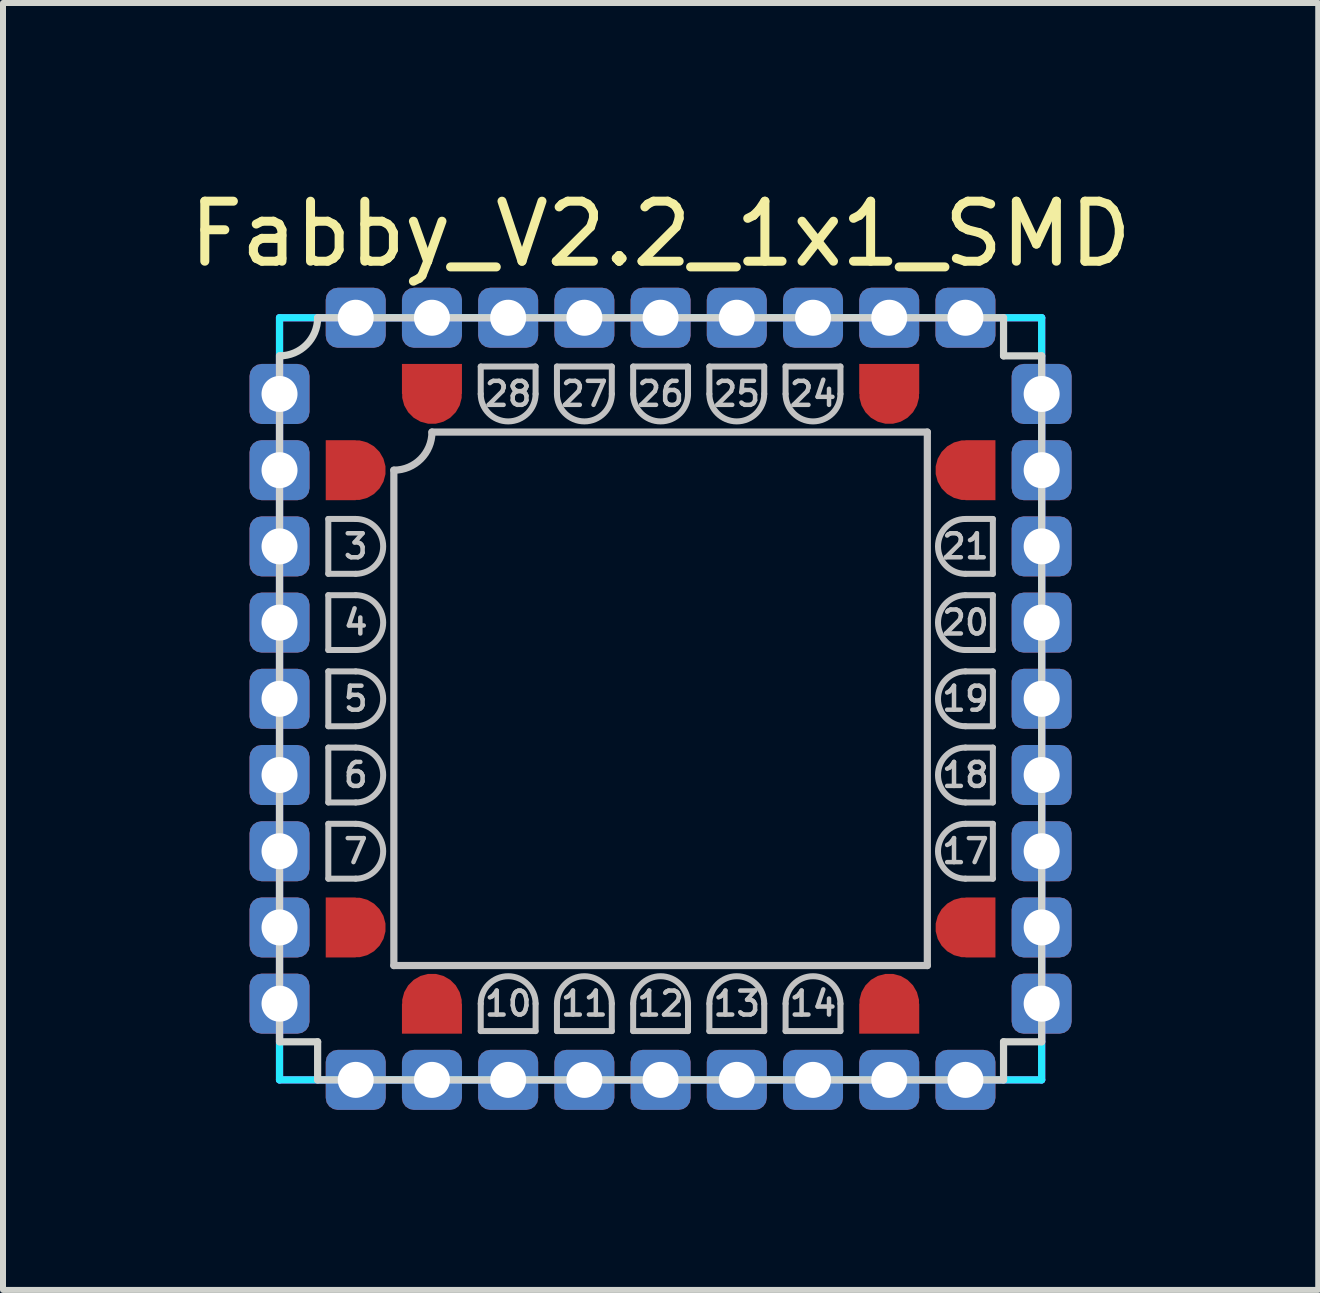
<source format=kicad_pcb>
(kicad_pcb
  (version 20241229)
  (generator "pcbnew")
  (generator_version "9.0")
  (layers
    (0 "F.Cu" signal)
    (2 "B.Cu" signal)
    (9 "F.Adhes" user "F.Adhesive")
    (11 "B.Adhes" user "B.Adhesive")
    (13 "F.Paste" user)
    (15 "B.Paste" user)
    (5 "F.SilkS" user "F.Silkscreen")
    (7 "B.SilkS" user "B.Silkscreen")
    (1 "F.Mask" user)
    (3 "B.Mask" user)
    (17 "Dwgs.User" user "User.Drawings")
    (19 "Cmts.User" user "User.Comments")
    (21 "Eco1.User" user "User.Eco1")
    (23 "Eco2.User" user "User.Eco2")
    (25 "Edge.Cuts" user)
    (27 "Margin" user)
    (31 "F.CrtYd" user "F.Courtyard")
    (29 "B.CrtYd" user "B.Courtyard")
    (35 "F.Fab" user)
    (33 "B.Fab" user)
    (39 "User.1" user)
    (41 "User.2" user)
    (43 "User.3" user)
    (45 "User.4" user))
  (footprint "Fabby_V2.2_1x1_SMD"
    (layer "F.Cu")
    (at 7.958 8.595)
    (property "Reference" "Fabby_V2.2_1x1_SMD" (at 0 -7.747 0) (layer "F.SilkS") (effects (font (size 1 1) (thickness 0.15))))
    (attr through_hole)
    (fp_line (start -5.537 -2.997) (end -5.08 -2.997) (stroke (width 0.1) (type solid)) (layer "Dwgs.User"))
    (fp_line (start -5.537 -2.083) (end -5.537 -2.997) (stroke (width 0.1) (type solid)) (layer "Dwgs.User"))
    (fp_line (start -5.537 -1.727) (end -5.08 -1.727) (stroke (width 0.1) (type solid)) (layer "Dwgs.User"))
    (fp_line (start -5.537 -0.813) (end -5.537 -1.727) (stroke (width 0.1) (type solid)) (layer "Dwgs.User"))
    (fp_line (start -5.537 -0.457) (end -5.08 -0.457) (stroke (width 0.1) (type solid)) (layer "Dwgs.User"))
    (fp_line (start -5.537 0.457) (end -5.537 -0.457) (stroke (width 0.1) (type solid)) (layer "Dwgs.User"))
    (fp_line (start -5.537 0.813) (end -5.08 0.813) (stroke (width 0.1) (type solid)) (layer "Dwgs.User"))
    (fp_line (start -5.537 1.727) (end -5.537 0.813) (stroke (width 0.1) (type solid)) (layer "Dwgs.User"))
    (fp_line (start -5.537 2.083) (end -5.08 2.083) (stroke (width 0.1) (type solid)) (layer "Dwgs.User"))
    (fp_line (start -5.537 2.997) (end -5.537 2.083) (stroke (width 0.1) (type solid)) (layer "Dwgs.User"))
    (fp_line (start -5.08 -2.083) (end -5.537 -2.083) (stroke (width 0.1) (type solid)) (layer "Dwgs.User"))
    (fp_line (start -5.08 -0.813) (end -5.537 -0.813) (stroke (width 0.1) (type solid)) (layer "Dwgs.User"))
    (fp_line (start -5.08 0.457) (end -5.537 0.457) (stroke (width 0.1) (type solid)) (layer "Dwgs.User"))
    (fp_line (start -5.08 1.727) (end -5.537 1.727) (stroke (width 0.1) (type solid)) (layer "Dwgs.User"))
    (fp_line (start -5.08 2.997) (end -5.537 2.997) (stroke (width 0.1) (type solid)) (layer "Dwgs.User"))
    (fp_line (start -4.445 4.445) (end -4.445 -3.81) (stroke (width 0.12) (type solid)) (layer "Dwgs.User"))
    (fp_line (start -3.81 -4.445) (end 4.445 -4.445) (stroke (width 0.12) (type solid)) (layer "Dwgs.User"))
    (fp_line (start -2.997 -5.537) (end -2.083 -5.537) (stroke (width 0.1) (type solid)) (layer "Dwgs.User"))
    (fp_line (start -2.997 -5.08) (end -2.997 -5.537) (stroke (width 0.1) (type solid)) (layer "Dwgs.User"))
    (fp_line (start -2.997 5.537) (end -2.997 5.08) (stroke (width 0.1) (type solid)) (layer "Dwgs.User"))
    (fp_line (start -2.083 -5.537) (end -2.083 -5.08) (stroke (width 0.1) (type solid)) (layer "Dwgs.User"))
    (fp_line (start -2.083 5.08) (end -2.083 5.537) (stroke (width 0.1) (type solid)) (layer "Dwgs.User"))
    (fp_line (start -2.083 5.537) (end -2.997 5.537) (stroke (width 0.1) (type solid)) (layer "Dwgs.User"))
    (fp_line (start -1.727 -5.537) (end -0.813 -5.537) (stroke (width 0.1) (type solid)) (layer "Dwgs.User"))
    (fp_line (start -1.727 -5.08) (end -1.727 -5.537) (stroke (width 0.1) (type solid)) (layer "Dwgs.User"))
    (fp_line (start -1.727 5.537) (end -1.727 5.08) (stroke (width 0.1) (type solid)) (layer "Dwgs.User"))
    (fp_line (start -0.813 -5.537) (end -0.813 -5.08) (stroke (width 0.1) (type solid)) (layer "Dwgs.User"))
    (fp_line (start -0.813 5.08) (end -0.813 5.537) (stroke (width 0.1) (type solid)) (layer "Dwgs.User"))
    (fp_line (start -0.813 5.537) (end -1.727 5.537) (stroke (width 0.1) (type solid)) (layer "Dwgs.User"))
    (fp_line (start -0.457 -5.537) (end 0.457 -5.537) (stroke (width 0.1) (type solid)) (layer "Dwgs.User"))
    (fp_line (start -0.457 -5.08) (end -0.457 -5.537) (stroke (width 0.1) (type solid)) (layer "Dwgs.User"))
    (fp_line (start -0.457 5.537) (end -0.457 5.08) (stroke (width 0.1) (type solid)) (layer "Dwgs.User"))
    (fp_line (start 0.457 -5.537) (end 0.457 -5.08) (stroke (width 0.1) (type solid)) (layer "Dwgs.User"))
    (fp_line (start 0.457 5.08) (end 0.457 5.537) (stroke (width 0.1) (type solid)) (layer "Dwgs.User"))
    (fp_line (start 0.457 5.537) (end -0.457 5.537) (stroke (width 0.1) (type solid)) (layer "Dwgs.User"))
    (fp_line (start 0.813 -5.537) (end 1.727 -5.537) (stroke (width 0.1) (type solid)) (layer "Dwgs.User"))
    (fp_line (start 0.813 -5.08) (end 0.813 -5.537) (stroke (width 0.1) (type solid)) (layer "Dwgs.User"))
    (fp_line (start 0.813 5.537) (end 0.813 5.08) (stroke (width 0.1) (type solid)) (layer "Dwgs.User"))
    (fp_line (start 1.727 -5.537) (end 1.727 -5.08) (stroke (width 0.1) (type solid)) (layer "Dwgs.User"))
    (fp_line (start 1.727 5.08) (end 1.727 5.537) (stroke (width 0.1) (type solid)) (layer "Dwgs.User"))
    (fp_line (start 1.727 5.537) (end 0.813 5.537) (stroke (width 0.1) (type solid)) (layer "Dwgs.User"))
    (fp_line (start 2.083 -5.537) (end 2.997 -5.537) (stroke (width 0.1) (type solid)) (layer "Dwgs.User"))
    (fp_line (start 2.083 -5.08) (end 2.083 -5.537) (stroke (width 0.1) (type solid)) (layer "Dwgs.User"))
    (fp_line (start 2.083 5.537) (end 2.083 5.08) (stroke (width 0.1) (type solid)) (layer "Dwgs.User"))
    (fp_line (start 2.997 -5.537) (end 2.997 -5.08) (stroke (width 0.1) (type solid)) (layer "Dwgs.User"))
    (fp_line (start 2.997 5.08) (end 2.997 5.537) (stroke (width 0.1) (type solid)) (layer "Dwgs.User"))
    (fp_line (start 2.997 5.537) (end 2.083 5.537) (stroke (width 0.1) (type solid)) (layer "Dwgs.User"))
    (fp_line (start 4.445 -4.445) (end 4.445 4.445) (stroke (width 0.12) (type solid)) (layer "Dwgs.User"))
    (fp_line (start 4.445 4.445) (end -4.445 4.445) (stroke (width 0.12) (type solid)) (layer "Dwgs.User"))
    (fp_line (start 5.08 -2.997) (end 5.537 -2.997) (stroke (width 0.1) (type solid)) (layer "Dwgs.User"))
    (fp_line (start 5.08 -1.727) (end 5.537 -1.727) (stroke (width 0.1) (type solid)) (layer "Dwgs.User"))
    (fp_line (start 5.08 -0.457) (end 5.537 -0.457) (stroke (width 0.1) (type solid)) (layer "Dwgs.User"))
    (fp_line (start 5.08 0.813) (end 5.537 0.813) (stroke (width 0.1) (type solid)) (layer "Dwgs.User"))
    (fp_line (start 5.08 2.083) (end 5.537 2.083) (stroke (width 0.1) (type solid)) (layer "Dwgs.User"))
    (fp_line (start 5.537 -2.997) (end 5.537 -2.083) (stroke (width 0.1) (type solid)) (layer "Dwgs.User"))
    (fp_line (start 5.537 -2.083) (end 5.08 -2.083) (stroke (width 0.1) (type solid)) (layer "Dwgs.User"))
    (fp_line (start 5.537 -1.727) (end 5.537 -0.813) (stroke (width 0.1) (type solid)) (layer "Dwgs.User"))
    (fp_line (start 5.537 -0.813) (end 5.08 -0.813) (stroke (width 0.1) (type solid)) (layer "Dwgs.User"))
    (fp_line (start 5.537 -0.457) (end 5.537 0.457) (stroke (width 0.1) (type solid)) (layer "Dwgs.User"))
    (fp_line (start 5.537 0.457) (end 5.08 0.457) (stroke (width 0.1) (type solid)) (layer "Dwgs.User"))
    (fp_line (start 5.537 0.813) (end 5.537 1.727) (stroke (width 0.1) (type solid)) (layer "Dwgs.User"))
    (fp_line (start 5.537 1.727) (end 5.08 1.727) (stroke (width 0.1) (type solid)) (layer "Dwgs.User"))
    (fp_line (start 5.537 2.083) (end 5.537 2.997) (stroke (width 0.1) (type solid)) (layer "Dwgs.User"))
    (fp_line (start 5.537 2.997) (end 5.08 2.997) (stroke (width 0.1) (type solid)) (layer "Dwgs.User"))
    (fp_arc (start -5.08 -2.9972) (mid -4.6228 -2.54) (end -5.08 -2.0828) (stroke (width 0.1) (type solid)) (layer "Dwgs.User"))
    (fp_arc (start -5.08 -1.7272) (mid -4.6228 -1.27) (end -5.08 -0.8128) (stroke (width 0.1) (type solid)) (layer "Dwgs.User"))
    (fp_arc (start -5.08 -0.4572) (mid -4.6228 0) (end -5.08 0.4572) (stroke (width 0.1) (type solid)) (layer "Dwgs.User"))
    (fp_arc (start -5.08 0.8128) (mid -4.6228 1.27) (end -5.08 1.7272) (stroke (width 0.1) (type solid)) (layer "Dwgs.User"))
    (fp_arc (start -5.08 2.0828) (mid -4.6228 2.54) (end -5.08 2.9972) (stroke (width 0.1) (type solid)) (layer "Dwgs.User"))
    (fp_arc (start -3.81 -4.445) (mid -3.995987 -3.995987) (end -4.445 -3.81) (stroke (width 0.12) (type solid)) (layer "Dwgs.User"))
    (fp_arc (start -2.9972 5.08) (mid -2.54 4.6228) (end -2.0828 5.08) (stroke (width 0.1) (type solid)) (layer "Dwgs.User"))
    (fp_arc (start -2.0828 -5.08) (mid -2.54 -4.6228) (end -2.9972 -5.08) (stroke (width 0.1) (type solid)) (layer "Dwgs.User"))
    (fp_arc (start -1.7272 5.08) (mid -1.27 4.6228) (end -0.8128 5.08) (stroke (width 0.1) (type solid)) (layer "Dwgs.User"))
    (fp_arc (start -0.8128 -5.08) (mid -1.27 -4.6228) (end -1.7272 -5.08) (stroke (width 0.1) (type solid)) (layer "Dwgs.User"))
    (fp_arc (start -0.4572 5.08) (mid 0 4.6228) (end 0.4572 5.08) (stroke (width 0.1) (type solid)) (layer "Dwgs.User"))
    (fp_arc (start 0.4572 -5.08) (mid 0 -4.6228) (end -0.4572 -5.08) (stroke (width 0.1) (type solid)) (layer "Dwgs.User"))
    (fp_arc (start 0.8128 5.08) (mid 1.27 4.6228) (end 1.7272 5.08) (stroke (width 0.1) (type solid)) (layer "Dwgs.User"))
    (fp_arc (start 1.7272 -5.08) (mid 1.27 -4.6228) (end 0.8128 -5.08) (stroke (width 0.1) (type solid)) (layer "Dwgs.User"))
    (fp_arc (start 2.0828 5.08) (mid 2.54 4.6228) (end 2.9972 5.08) (stroke (width 0.1) (type solid)) (layer "Dwgs.User"))
    (fp_arc (start 2.9972 -5.08) (mid 2.54 -4.6228) (end 2.0828 -5.08) (stroke (width 0.1) (type solid)) (layer "Dwgs.User"))
    (fp_arc (start 5.08 -2.0828) (mid 4.6228 -2.54) (end 5.08 -2.9972) (stroke (width 0.1) (type solid)) (layer "Dwgs.User"))
    (fp_arc (start 5.08 -0.8128) (mid 4.6228 -1.27) (end 5.08 -1.7272) (stroke (width 0.1) (type solid)) (layer "Dwgs.User"))
    (fp_arc (start 5.08 0.4572) (mid 4.6228 0) (end 5.08 -0.4572) (stroke (width 0.1) (type solid)) (layer "Dwgs.User"))
    (fp_arc (start 5.08 1.7272) (mid 4.6228 1.27) (end 5.08 0.8128) (stroke (width 0.1) (type solid)) (layer "Dwgs.User"))
    (fp_arc (start 5.08 2.9972) (mid 4.6228 2.54) (end 5.08 2.0828) (stroke (width 0.1) (type solid)) (layer "Dwgs.User"))
    (fp_line (start -6.35 -5.715) (end -6.35 5.715) (stroke (width 0.12) (type solid)) (layer "Edge.Cuts"))
    (fp_line (start -6.35 5.715) (end -5.715 5.715) (stroke (width 0.12) (type solid)) (layer "Edge.Cuts"))
    (fp_line (start -5.715 -6.35) (end 5.715 -6.35) (stroke (width 0.12) (type solid)) (layer "Edge.Cuts"))
    (fp_line (start -5.715 5.715) (end -5.715 6.35) (stroke (width 0.12) (type solid)) (layer "Edge.Cuts"))
    (fp_line (start -5.715 6.35) (end 5.715 6.35) (stroke (width 0.12) (type solid)) (layer "Edge.Cuts"))
    (fp_line (start 5.715 -6.35) (end 5.715 -5.715) (stroke (width 0.12) (type solid)) (layer "Edge.Cuts"))
    (fp_line (start 5.715 -5.715) (end 6.35 -5.715) (stroke (width 0.12) (type solid)) (layer "Edge.Cuts"))
    (fp_line (start 5.715 5.715) (end 6.35 5.715) (stroke (width 0.12) (type solid)) (layer "Edge.Cuts"))
    (fp_line (start 5.715 6.35) (end 5.715 5.715) (stroke (width 0.12) (type solid)) (layer "Edge.Cuts"))
    (fp_line (start 6.35 -5.715) (end 6.35 5.715) (stroke (width 0.12) (type solid)) (layer "Edge.Cuts"))
    (fp_arc (start -5.715 -6.35) (mid -5.900987 -5.900987) (end -6.35 -5.715) (stroke (width 0.12) (type solid)) (layer "Edge.Cuts"))
    (fp_line (start -6.35 -6.35) (end 6.35 -6.35) (stroke (width 0.12) (type solid)) (layer "B.CrtYd"))
    (fp_line (start -6.35 6.35) (end -6.35 -6.35) (stroke (width 0.12) (type solid)) (layer "B.CrtYd"))
    (fp_line (start 6.35 -6.35) (end 6.35 6.35) (stroke (width 0.12) (type solid)) (layer "B.CrtYd"))
    (fp_line (start 6.35 6.35) (end -6.35 6.35) (stroke (width 0.12) (type solid)) (layer "B.CrtYd"))
    (fp_line (start -6.35 -6.35) (end 6.35 -6.35) (stroke (width 0.12) (type solid)) (layer "F.CrtYd"))
    (fp_line (start -6.35 6.35) (end -6.35 -6.35) (stroke (width 0.12) (type solid)) (layer "F.CrtYd"))
    (fp_line (start 6.35 -6.35) (end 6.35 6.35) (stroke (width 0.12) (type solid)) (layer "F.CrtYd"))
    (fp_line (start 6.35 6.35) (end -6.35 6.35) (stroke (width 0.12) (type solid)) (layer "F.CrtYd"))
    (fp_text user "20" (at 5.08 -1.27 180) (layer "Dwgs.User") (effects (font (size 0.4 0.4) (thickness 0.075))))
    (fp_text user "27" (at -1.27 -5.08 0) (layer "Dwgs.User") (effects (font (size 0.4 0.4) (thickness 0.075))))
    (fp_text user "26" (at 0 -5.08 0) (layer "Dwgs.User") (effects (font (size 0.4 0.4) (thickness 0.075))))
    (fp_text user "24" (at 2.54 -5.08 0) (layer "Dwgs.User") (effects (font (size 0.4 0.4) (thickness 0.075))))
    (fp_text user "4" (at -5.08 -1.27 0) (layer "Dwgs.User") (effects (font (size 0.4 0.4) (thickness 0.075))))
    (fp_text user "6" (at -5.08 1.27 0) (layer "Dwgs.User") (effects (font (size 0.4 0.4) (thickness 0.075))))
    (fp_text user "14" (at 2.54 5.08 180) (layer "Dwgs.User") (effects (font (size 0.4 0.4) (thickness 0.075))))
    (fp_text user "12" (at 0 5.08 180) (layer "Dwgs.User") (effects (font (size 0.4 0.4) (thickness 0.075))))
    (fp_text user "17" (at 5.08 2.54 180) (layer "Dwgs.User") (effects (font (size 0.4 0.4) (thickness 0.075))))
    (fp_text user "10" (at -2.54 5.08 180) (layer "Dwgs.User") (effects (font (size 0.4 0.4) (thickness 0.075))))
    (fp_text user "25" (at 1.27 -5.08 0) (layer "Dwgs.User") (effects (font (size 0.4 0.4) (thickness 0.075))))
    (fp_text user "3" (at -5.08 -2.54 0) (layer "Dwgs.User") (effects (font (size 0.4 0.4) (thickness 0.075))))
    (fp_text user "28" (at -2.54 -5.08 0) (layer "Dwgs.User") (effects (font (size 0.4 0.4) (thickness 0.075))))
    (fp_text user "13" (at 1.27 5.08 180) (layer "Dwgs.User") (effects (font (size 0.4 0.4) (thickness 0.075))))
    (fp_text user "19" (at 5.08 0 180) (layer "Dwgs.User") (effects (font (size 0.4 0.4) (thickness 0.075))))
    (fp_text user "18" (at 5.08 1.27 180) (layer "Dwgs.User") (effects (font (size 0.4 0.4) (thickness 0.075))))
    (fp_text user "5" (at -5.08 0 0) (layer "Dwgs.User") (effects (font (size 0.4 0.4) (thickness 0.075))))
    (fp_text user "7" (at -5.08 2.54 0) (layer "Dwgs.User") (effects (font (size 0.4 0.4) (thickness 0.075))))
    (fp_text user "21" (at 5.08 -2.54 180) (layer "Dwgs.User") (effects (font (size 0.4 0.4) (thickness 0.075))))
    (fp_text user "11" (at -1.27 5.08 180) (layer "Dwgs.User") (effects (font (size 0.4 0.4) (thickness 0.075))))
    (pad "" thru_hole roundrect (at -6.35 -3.81 270) (size 1 1) (drill 0.6) (layers "*.Cu" "*.Mask") (roundrect_rratio 0.2))
    (pad "" thru_hole roundrect (at -6.35 3.81 270) (size 1 1) (drill 0.6) (layers "*.Cu" "*.Mask") (roundrect_rratio 0.2))
    (pad "" thru_hole roundrect (at -3.81 -6.35 270) (size 1 1) (drill 0.6) (layers "*.Cu" "*.Mask") (roundrect_rratio 0.2))
    (pad "" thru_hole roundrect (at -3.81 6.35 270) (size 1 1) (drill 0.6) (layers "*.Cu" "*.Mask") (roundrect_rratio 0.2))
    (pad "" thru_hole roundrect (at 3.81 -6.35 270) (size 1 1) (drill 0.6) (layers "*.Cu" "*.Mask") (roundrect_rratio 0.2))
    (pad "" thru_hole roundrect (at 3.81 6.35 270) (size 1 1) (drill 0.6) (layers "*.Cu" "*.Mask") (roundrect_rratio 0.2))
    (pad "" thru_hole roundrect (at 6.35 -3.81 270) (size 1 1) (drill 0.6) (layers "*.Cu" "*.Mask") (roundrect_rratio 0.2))
    (pad "" thru_hole roundrect (at 6.35 3.81 270) (size 1 1) (drill 0.6) (layers "*.Cu" "*.Mask") (roundrect_rratio 0.2))
    (pad "1" thru_hole roundrect (at -6.35 -5.08 270) (size 1 1) (drill 0.6) (layers "*.Cu" "*.Mask") (roundrect_rratio 0.2))
    (pad "1" thru_hole roundrect (at -6.35 5.08 270) (size 1 1) (drill 0.6) (layers "*.Cu" "*.Mask") (roundrect_rratio 0.2))
    (pad "1" thru_hole roundrect (at -5.08 -6.35 270) (size 1 1) (drill 0.6) (layers "*.Cu" "*.Mask") (roundrect_rratio 0.2))
    (pad "1" thru_hole roundrect (at -5.08 6.35 270) (size 1 1) (drill 0.6) (layers "*.Cu" "*.Mask") (roundrect_rratio 0.2))
    (pad "1" thru_hole roundrect (at 5.08 -6.35 270) (size 1 1) (drill 0.6) (layers "*.Cu" "*.Mask") (roundrect_rratio 0.2))
    (pad "1" thru_hole roundrect (at 5.08 6.35 270) (size 1 1) (drill 0.6) (layers "*.Cu" "*.Mask") (roundrect_rratio 0.2))
    (pad "1" thru_hole roundrect (at 6.35 -5.08 270) (size 1 1) (drill 0.6) (layers "*.Cu" "*.Mask") (roundrect_rratio 0.2))
    (pad "1" thru_hole roundrect (at 6.35 5.08 270) (size 1 1) (drill 0.6) (layers "*.Cu" "*.Mask") (roundrect_rratio 0.2))
    (pad "2" smd custom (at -5.08 -3.81) (size 1 1) (layers "F.Cu" "F.Mask" "F.Paste") (options (anchor circle)) (primitives (gr_poly (pts (xy -0.5 -0.5) (xy 0 -0.5) (xy 0 0.5) (xy -0.5 0.5)) (width 0) (fill yes))))
    (pad "3" thru_hole roundrect (at -6.35 -2.54 270) (size 1 1) (drill 0.6) (layers "*.Cu" "*.Mask") (roundrect_rratio 0.2))
    (pad "4" thru_hole roundrect (at -6.35 -1.27 270) (size 1 1) (drill 0.6) (layers "*.Cu" "*.Mask") (roundrect_rratio 0.2))
    (pad "5" thru_hole roundrect (at -6.35 0 270) (size 1 1) (drill 0.6) (layers "*.Cu" "*.Mask") (roundrect_rratio 0.2))
    (pad "6" thru_hole roundrect (at -6.35 1.27 270) (size 1 1) (drill 0.6) (layers "*.Cu" "*.Mask") (roundrect_rratio 0.2))
    (pad "7" thru_hole roundrect (at -6.35 2.54 270) (size 1 1) (drill 0.6) (layers "*.Cu" "*.Mask") (roundrect_rratio 0.2))
    (pad "8" smd custom (at -5.08 3.81) (size 1 1) (layers "F.Cu" "F.Mask" "F.Paste") (options (anchor circle)) (primitives (gr_poly (pts (xy -0.5 -0.5) (xy 0 -0.5) (xy 0 0.5) (xy -0.5 0.5)) (width 0) (fill yes))))
    (pad "9" smd custom (at -3.81 5.08 90) (size 1 1) (layers "F.Cu" "F.Mask" "F.Paste") (options (anchor circle)) (primitives (gr_poly (pts (xy -0.5 -0.5) (xy 0 -0.5) (xy 0 0.5) (xy -0.5 0.5)) (width 0) (fill yes))))
    (pad "10" thru_hole roundrect (at -2.54 6.35 270) (size 1 1) (drill 0.6) (layers "*.Cu" "*.Mask") (roundrect_rratio 0.2))
    (pad "11" thru_hole roundrect (at -1.27 6.35 270) (size 1 1) (drill 0.6) (layers "*.Cu" "*.Mask") (roundrect_rratio 0.2))
    (pad "12" thru_hole roundrect (at 0 6.35 270) (size 1 1) (drill 0.6) (layers "*.Cu" "*.Mask") (roundrect_rratio 0.2))
    (pad "13" thru_hole roundrect (at 1.27 6.35 270) (size 1 1) (drill 0.6) (layers "*.Cu" "*.Mask") (roundrect_rratio 0.2))
    (pad "14" thru_hole roundrect (at 2.54 6.35 270) (size 1 1) (drill 0.6) (layers "*.Cu" "*.Mask") (roundrect_rratio 0.2))
    (pad "15" smd custom (at 3.81 5.08 90) (size 1 1) (layers "F.Cu" "F.Mask" "F.Paste") (options (anchor circle)) (primitives (gr_poly (pts (xy -0.5 -0.5) (xy 0 -0.5) (xy 0 0.5) (xy -0.5 0.5)) (width 0) (fill yes))))
    (pad "16" smd custom (at 5.08 3.81 180) (size 1 1) (layers "F.Cu" "F.Mask" "F.Paste") (options (anchor circle)) (primitives (gr_poly (pts (xy -0.5 -0.5) (xy 0 -0.5) (xy 0 0.5) (xy -0.5 0.5)) (width 0) (fill yes))))
    (pad "17" thru_hole roundrect (at 6.35 2.54 270) (size 1 1) (drill 0.6) (layers "*.Cu" "*.Mask") (roundrect_rratio 0.2))
    (pad "18" thru_hole roundrect (at 6.35 1.27 270) (size 1 1) (drill 0.6) (layers "*.Cu" "*.Mask") (roundrect_rratio 0.2))
    (pad "19" thru_hole roundrect (at 6.35 0 270) (size 1 1) (drill 0.6) (layers "*.Cu" "*.Mask") (roundrect_rratio 0.2))
    (pad "20" thru_hole roundrect (at 6.35 -1.27 270) (size 1 1) (drill 0.6) (layers "*.Cu" "*.Mask") (roundrect_rratio 0.2))
    (pad "21" thru_hole roundrect (at 6.35 -2.54 270) (size 1 1) (drill 0.6) (layers "*.Cu" "*.Mask") (roundrect_rratio 0.2))
    (pad "22" smd custom (at 5.08 -3.81 180) (size 1 1) (layers "F.Cu" "F.Mask" "F.Paste") (options (anchor circle)) (primitives (gr_poly (pts (xy -0.5 -0.5) (xy 0 -0.5) (xy 0 0.5) (xy -0.5 0.5)) (width 0) (fill yes))))
    (pad "23" smd custom (at 3.81 -5.08 270) (size 1 1) (layers "F.Cu" "F.Mask" "F.Paste") (options (anchor circle)) (primitives (gr_poly (pts (xy -0.5 -0.5) (xy 0 -0.5) (xy 0 0.5) (xy -0.5 0.5)) (width 0) (fill yes))))
    (pad "24" thru_hole roundrect (at 2.54 -6.35 270) (size 1 1) (drill 0.6) (layers "*.Cu" "*.Mask") (roundrect_rratio 0.2))
    (pad "25" thru_hole roundrect (at 1.27 -6.35 270) (size 1 1) (drill 0.6) (layers "*.Cu" "*.Mask") (roundrect_rratio 0.2))
    (pad "26" thru_hole roundrect (at 0 -6.35 270) (size 1 1) (drill 0.6) (layers "*.Cu" "*.Mask") (roundrect_rratio 0.2))
    (pad "27" thru_hole roundrect (at -1.27 -6.35 270) (size 1 1) (drill 0.6) (layers "*.Cu" "*.Mask") (roundrect_rratio 0.2))
    (pad "28" thru_hole roundrect (at -2.54 -6.35 270) (size 1 1) (drill 0.6) (layers "*.Cu" "*.Mask") (roundrect_rratio 0.2))
    (pad "29" smd custom (at -3.81 -5.08 270) (size 1 1) (layers "F.Cu" "F.Mask" "F.Paste") (options (anchor circle)) (primitives (gr_poly (pts (xy -0.5 -0.5) (xy 0 -0.5) (xy 0 0.5) (xy -0.5 0.5)) (width 0) (fill yes)))))
  (gr_rect
    (start -3 -3)
    (end 18.917 18.445)
    (stroke (width 0.1) (type default))
    (fill no)
    (layer "Edge.Cuts")))
</source>
